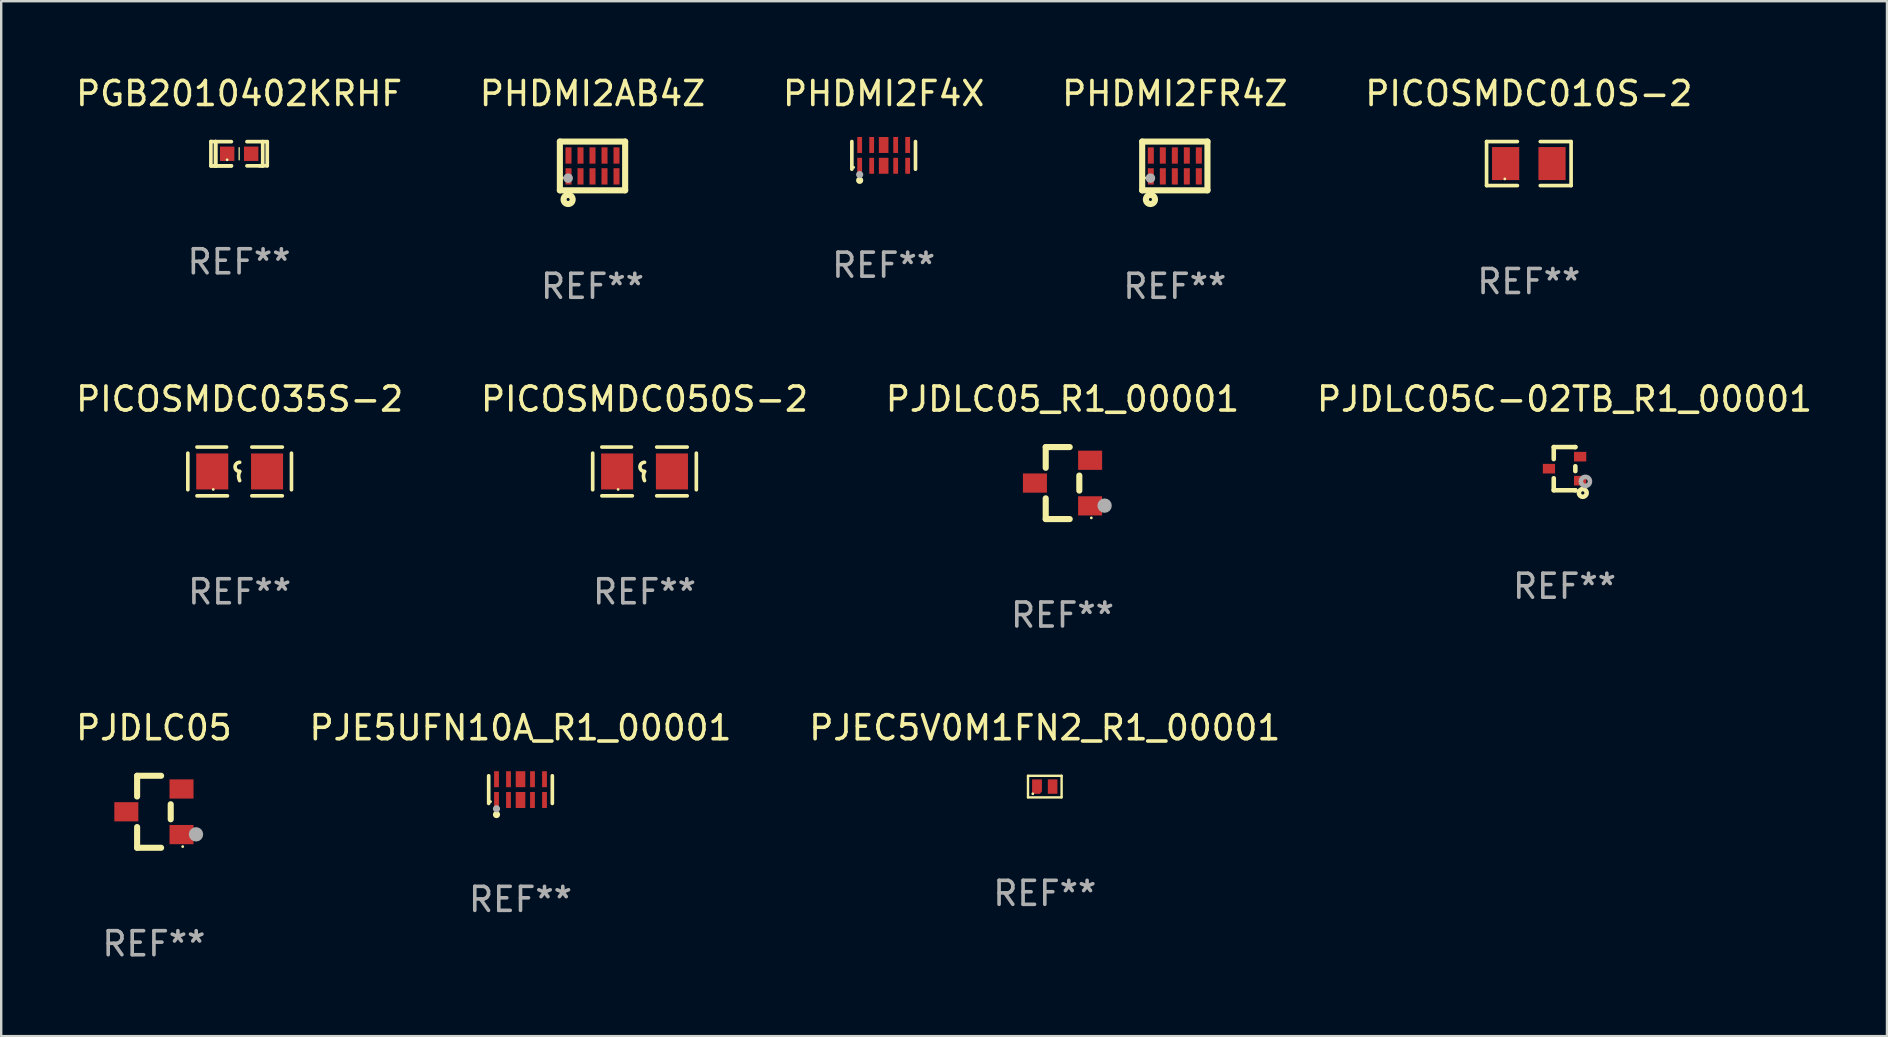
<source format=kicad_pcb>
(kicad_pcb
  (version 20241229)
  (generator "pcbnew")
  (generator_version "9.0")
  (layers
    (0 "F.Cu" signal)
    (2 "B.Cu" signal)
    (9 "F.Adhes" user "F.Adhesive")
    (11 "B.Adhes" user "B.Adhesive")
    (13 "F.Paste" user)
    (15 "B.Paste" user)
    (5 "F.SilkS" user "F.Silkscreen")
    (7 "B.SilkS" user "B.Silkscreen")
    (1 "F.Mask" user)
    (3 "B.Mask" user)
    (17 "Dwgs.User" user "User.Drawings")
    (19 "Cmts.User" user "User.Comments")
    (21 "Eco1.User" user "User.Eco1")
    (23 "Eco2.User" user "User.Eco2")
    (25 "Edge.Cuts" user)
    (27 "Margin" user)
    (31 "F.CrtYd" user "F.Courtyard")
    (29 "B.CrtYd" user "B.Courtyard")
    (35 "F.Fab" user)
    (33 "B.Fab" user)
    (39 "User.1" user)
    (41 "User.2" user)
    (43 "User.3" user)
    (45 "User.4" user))
  (footprint "PICOSMDC010S-2"
    (layer "F.Cu")
    (at 60.649 3.765)
    (property "Reference" "PICOSMDC010S-2" (at 0 -2.917 0) (layer "F.SilkS") (effects (font (size 1 1) (thickness 0.15))))
    (attr through_hole)
    (fp_line (start -1.761 -0.917) (end -0.476 -0.917) (stroke (width 0.152) (type solid)) (layer "F.SilkS"))
    (fp_line (start -1.761 0.917) (end -1.761 -0.917) (stroke (width 0.152) (type solid)) (layer "F.SilkS"))
    (fp_line (start -0.476 0.917) (end -1.761 0.917) (stroke (width 0.152) (type solid)) (layer "F.SilkS"))
    (fp_line (start 0.476 0.917) (end 1.761 0.917) (stroke (width 0.152) (type solid)) (layer "F.SilkS"))
    (fp_line (start 1.761 -0.917) (end 0.476 -0.917) (stroke (width 0.152) (type solid)) (layer "F.SilkS"))
    (fp_line (start 1.761 0.917) (end 1.761 -0.917) (stroke (width 0.152) (type solid)) (layer "F.SilkS"))
    (fp_circle (center -1 0.638) (end -0.97 0.638) (stroke (width 0.06) (type solid)) (fill no) (layer "F.SilkS"))
    (fp_text user "REF**" (at 0 4.917 0) (layer "F.Fab") (effects (font (size 1 1) (thickness 0.15))))
    (pad "1" smd rect (at -0.966 0) (size 1.133 1.377) (layers "F.Cu" "F.Mask" "F.Paste"))
    (pad "2" smd rect (at 0.966 0) (size 1.133 1.377) (layers "F.Cu" "F.Mask" "F.Paste")))
  (footprint "PJE5UFN10A_R1_00001"
    (layer "F.Cu")
    (at 18.637 29.849)
    (property "Reference" "PJE5UFN10A_R1_00001" (at 0 -2.576 0) (layer "F.SilkS") (effects (font (size 1 1) (thickness 0.15))))
    (attr through_hole)
    (fp_line (start -1.326 0.576) (end -1.326 -0.576) (stroke (width 0.152) (type solid)) (layer "F.SilkS"))
    (fp_line (start 1.326 0.576) (end 1.326 -0.576) (stroke (width 0.152) (type solid)) (layer "F.SilkS"))
    (fp_circle (center -1.25 0.5) (end -1.22 0.5) (stroke (width 0.06) (type solid)) (fill no) (layer "F.SilkS"))
    (fp_circle (center -1 1.04) (end -0.925 1.04) (stroke (width 0.15) (type solid)) (fill no) (layer "F.SilkS"))
    (fp_circle (center -1 0.8) (end -0.925 0.8) (stroke (width 0.15) (type solid)) (fill no) (layer "F.Fab"))
    (fp_text user "REF**" (at 0 4.576 0) (layer "F.Fab") (effects (font (size 1 1) (thickness 0.15))))
    (pad "1" smd rect (at -1 0.433) (size 0.2 0.665) (layers "F.Cu" "F.Mask" "F.Paste"))
    (pad "2" smd rect (at -0.5 0.433) (size 0.2 0.665) (layers "F.Cu" "F.Mask" "F.Paste"))
    (pad "3" smd rect (at 0 0.433) (size 0.4 0.665) (layers "F.Cu" "F.Mask" "F.Paste"))
    (pad "4" smd rect (at 0.5 0.433) (size 0.2 0.665) (layers "F.Cu" "F.Mask" "F.Paste"))
    (pad "5" smd rect (at 1 0.433) (size 0.2 0.665) (layers "F.Cu" "F.Mask" "F.Paste"))
    (pad "6" smd rect (at 1 -0.433) (size 0.2 0.665) (layers "F.Cu" "F.Mask" "F.Paste"))
    (pad "7" smd rect (at 0.5 -0.433) (size 0.2 0.665) (layers "F.Cu" "F.Mask" "F.Paste"))
    (pad "8" smd rect (at 0 -0.433) (size 0.4 0.665) (layers "F.Cu" "F.Mask" "F.Paste"))
    (pad "9" smd rect (at -0.5 -0.433) (size 0.2 0.665) (layers "F.Cu" "F.Mask" "F.Paste"))
    (pad "10" smd rect (at -1 -0.433) (size 0.2 0.665) (layers "F.Cu" "F.Mask" "F.Paste")))
  (footprint "PJEC5V0M1FN2_R1_00001"
    (layer "F.Cu")
    (at 40.482 29.723)
    (property "Reference" "PJEC5V0M1FN2_R1_00001" (at 0 -2.45 0) (layer "F.SilkS") (effects (font (size 1 1) (thickness 0.15))))
    (attr through_hole)
    (fp_line (start -0.7 -0.45) (end -0.7 0.45) (stroke (width 0.1) (type solid)) (layer "F.SilkS"))
    (fp_line (start -0.7 -0.45) (end 0.7 -0.45) (stroke (width 0.1) (type solid)) (layer "F.SilkS"))
    (fp_line (start -0.7 0.45) (end 0.69 0.45) (stroke (width 0.1) (type solid)) (layer "F.SilkS"))
    (fp_line (start 0.7 -0.45) (end 0.7 0.45) (stroke (width 0.1) (type solid)) (layer "F.SilkS"))
    (fp_circle (center -0.5 0.3) (end -0.47 0.3) (stroke (width 0.06) (type solid)) (fill no) (layer "F.SilkS"))
    (fp_text user "REF**" (at 0 4.45 0) (layer "F.Fab") (effects (font (size 1 1) (thickness 0.15))))
    (pad "1" smd custom (at -0.325 0) (size 0.41 0.6) (layers "F.Cu" "F.Mask" "F.Paste") (options (anchor circle)) (primitives (gr_poly (pts (xy -0.205 -0.3) (xy -0.205 0.3) (xy 0.125 0.3) (xy 0.205 0.2) (xy 0.205 -0.3) (xy -0.205 -0.3)) (width 0) (fill yes))))
    (pad "2" smd rect (at 0.325 0 90) (size 0.6 0.4) (layers "F.Cu" "F.Mask" "F.Paste")))
  (footprint "PJDLC05"
    (layer "F.Cu")
    (at 3.363 30.773)
    (property "Reference" "PJDLC05" (at 0 -3.5 0) (layer "F.SilkS") (effects (font (size 1 1) (thickness 0.15))))
    (attr through_hole)
    (fp_line (start -0.7 -1.5) (end 0.3 -1.5) (stroke (width 0.254) (type solid)) (layer "F.SilkS"))
    (fp_line (start -0.7 -0.636) (end -0.7 -1.5) (stroke (width 0.254) (type solid)) (layer "F.SilkS"))
    (fp_line (start -0.7 1.5) (end -0.7 0.636) (stroke (width 0.254) (type solid)) (layer "F.SilkS"))
    (fp_line (start -0.7 1.5) (end 0.3 1.5) (stroke (width 0.254) (type solid)) (layer "F.SilkS"))
    (fp_line (start 0.7 0.314) (end 0.7 -0.314) (stroke (width 0.254) (type solid)) (layer "F.SilkS"))
    (fp_circle (center 1.2 1.45) (end 1.23 1.45) (stroke (width 0.06) (type solid)) (fill no) (layer "F.SilkS"))
    (fp_circle (center 1.753 0.94) (end 1.903 0.94) (stroke (width 0.3) (type solid)) (fill no) (layer "F.Fab"))
    (fp_text user "REF**" (at 0 5.5 0) (layer "F.Fab") (effects (font (size 1 1) (thickness 0.15))))
    (pad "1" smd rect (at 1.15 0.95 180) (size 1 0.8) (layers "F.Cu" "F.Mask" "F.Paste"))
    (pad "2" smd rect (at 1.15 -0.95 180) (size 1 0.8) (layers "F.Cu" "F.Mask" "F.Paste"))
    (pad "3" smd rect (at -1.15 -0.000051 180) (size 1 0.8) (layers "F.Cu" "F.Mask" "F.Paste")))
  (footprint "PGB2010402KRHF"
    (layer "F.Cu")
    (at 6.911 3.354)
    (property "Reference" "PGB2010402KRHF" (at 0 -2.506 0) (layer "F.SilkS") (effects (font (size 1 1) (thickness 0.15))))
    (attr through_hole)
    (fp_line (start -1.174 -0.506) (end -0.977 -0.502) (stroke (width 0.152) (type solid)) (layer "F.SilkS"))
    (fp_line (start -1.174 0.506) (end -1.174 -0.506) (stroke (width 0.152) (type solid)) (layer "F.SilkS"))
    (fp_line (start -0.977 -0.502) (end -0.977 0.506) (stroke (width 0.152) (type solid)) (layer "F.SilkS"))
    (fp_line (start -0.977 -0.502) (end -0.977 0.506) (stroke (width 0.152) (type solid)) (layer "F.SilkS"))
    (fp_line (start -0.977 0.506) (end -1.166 0.506) (stroke (width 0.152) (type solid)) (layer "F.SilkS"))
    (fp_line (start -0.977 0.506) (end -0.32 0.506) (stroke (width 0.152) (type solid)) (layer "F.SilkS"))
    (fp_line (start -0.977 0.506) (end -0.32 0.506) (stroke (width 0.152) (type solid)) (layer "F.SilkS"))
    (fp_line (start -0.971 0.506) (end -1.174 0.506) (stroke (width 0.152) (type solid)) (layer "F.SilkS"))
    (fp_line (start -0.32 -0.502) (end -0.977 -0.502) (stroke (width 0.152) (type solid)) (layer "F.SilkS"))
    (fp_line (start 0.004 -0.252) (end 0.004 0.256) (stroke (width 0.051) (type solid)) (layer "F.SilkS"))
    (fp_line (start 0.328 0.506) (end 0.985 0.506) (stroke (width 0.152) (type solid)) (layer "F.SilkS"))
    (fp_line (start 0.985 -0.502) (end 0.328 -0.502) (stroke (width 0.152) (type solid)) (layer "F.SilkS"))
    (fp_line (start 0.985 -0.502) (end 1.174 -0.502) (stroke (width 0.152) (type solid)) (layer "F.SilkS"))
    (fp_line (start 0.985 0.506) (end 0.985 -0.502) (stroke (width 0.152) (type solid)) (layer "F.SilkS"))
    (fp_line (start 1.174 -0.502) (end 1.174 0.502) (stroke (width 0.152) (type solid)) (layer "F.SilkS"))
    (fp_line (start 1.174 0.502) (end 0.851 0.502) (stroke (width 0.152) (type solid)) (layer "F.SilkS"))
    (fp_circle (center -0.497 0.253) (end -0.467 0.253) (stroke (width 0.06) (type solid)) (fill no) (layer "F.SilkS"))
    (fp_text user "REF**" (at 0 4.506 0) (layer "F.Fab") (effects (font (size 1 1) (thickness 0.15))))
    (pad "1" smd rect (at -0.496 0.002) (size 0.6 0.6) (layers "F.Cu" "F.Mask" "F.Paste"))
    (pad "2" smd rect (at 0.504 0.002) (size 0.6 0.6) (layers "F.Cu" "F.Mask" "F.Paste")))
  (footprint "PHDMI2F4X"
    (layer "F.Cu")
    (at 33.768 3.424)
    (property "Reference" "PHDMI2F4X" (at 0 -2.576 0) (layer "F.SilkS") (effects (font (size 1 1) (thickness 0.15))))
    (attr through_hole)
    (fp_line (start -1.326 0.576) (end -1.326 -0.576) (stroke (width 0.152) (type solid)) (layer "F.SilkS"))
    (fp_line (start 1.326 0.576) (end 1.326 -0.576) (stroke (width 0.152) (type solid)) (layer "F.SilkS"))
    (fp_circle (center -1.25 0.5) (end -1.22 0.5) (stroke (width 0.06) (type solid)) (fill no) (layer "F.SilkS"))
    (fp_circle (center -1 1.04) (end -0.925 1.04) (stroke (width 0.15) (type solid)) (fill no) (layer "F.SilkS"))
    (fp_circle (center -1 0.8) (end -0.925 0.8) (stroke (width 0.15) (type solid)) (fill no) (layer "F.Fab"))
    (fp_text user "REF**" (at 0 4.576 0) (layer "F.Fab") (effects (font (size 1 1) (thickness 0.15))))
    (pad "1" smd rect (at -1 0.433) (size 0.2 0.665) (layers "F.Cu" "F.Mask" "F.Paste"))
    (pad "2" smd rect (at -0.5 0.433) (size 0.2 0.665) (layers "F.Cu" "F.Mask" "F.Paste"))
    (pad "3" smd rect (at 0 0.433) (size 0.4 0.665) (layers "F.Cu" "F.Mask" "F.Paste"))
    (pad "4" smd rect (at 0.5 0.433) (size 0.2 0.665) (layers "F.Cu" "F.Mask" "F.Paste"))
    (pad "5" smd rect (at 1 0.433) (size 0.2 0.665) (layers "F.Cu" "F.Mask" "F.Paste"))
    (pad "6" smd rect (at 1 -0.433) (size 0.2 0.665) (layers "F.Cu" "F.Mask" "F.Paste"))
    (pad "7" smd rect (at 0.5 -0.433) (size 0.2 0.665) (layers "F.Cu" "F.Mask" "F.Paste"))
    (pad "8" smd rect (at 0 -0.433) (size 0.4 0.665) (layers "F.Cu" "F.Mask" "F.Paste"))
    (pad "9" smd rect (at -0.5 -0.433) (size 0.2 0.665) (layers "F.Cu" "F.Mask" "F.Paste"))
    (pad "10" smd rect (at -1 -0.433) (size 0.2 0.665) (layers "F.Cu" "F.Mask" "F.Paste")))
  (footprint "PHDMI2FR4Z"
    (layer "F.Cu")
    (at 45.899 3.864)
    (property "Reference" "PHDMI2FR4Z" (at 0 -3.016 0) (layer "F.SilkS") (effects (font (size 1 1) (thickness 0.15))))
    (attr through_hole)
    (fp_line (start -1.36 1.016) (end 1.36 1.016) (stroke (width 0.254) (type solid)) (layer "F.SilkS"))
    (fp_line (start -1.36 -1.016) (end -1.36 1.016) (stroke (width 0.254) (type solid)) (layer "F.SilkS"))
    (fp_line (start -1.36 -1.016) (end 1.36 -1.016) (stroke (width 0.254) (type solid)) (layer "F.SilkS"))
    (fp_line (start 1.36 -1.016) (end 1.36 1.016) (stroke (width 0.254) (type solid)) (layer "F.SilkS"))
    (fp_circle (center -1.25 0.5) (end -1.22 0.5) (stroke (width 0.06) (type solid)) (fill no) (layer "F.SilkS"))
    (fp_circle (center -1.016 1.397) (end -0.953 1.397) (stroke (width 0.254) (type solid)) (fill no) (layer "F.SilkS"))
    (fp_circle (center -1.016 0.508) (end -0.916 0.508) (stroke (width 0.2) (type solid)) (fill no) (layer "F.Fab"))
    (fp_text user "REF**" (at 0 5.016 0) (layer "F.Fab") (effects (font (size 1 1) (thickness 0.15))))
    (pad "1" smd rect (at -1 0.435) (size 0.25 0.68) (layers "F.Cu" "F.Mask" "F.Paste"))
    (pad "2" smd rect (at -0.5 0.435) (size 0.25 0.68) (layers "F.Cu" "F.Mask" "F.Paste"))
    (pad "3" smd rect (at 0 0.435) (size 0.25 0.68) (layers "F.Cu" "F.Mask" "F.Paste"))
    (pad "4" smd rect (at 0.5 0.435) (size 0.25 0.68) (layers "F.Cu" "F.Mask" "F.Paste"))
    (pad "5" smd rect (at 1 0.435) (size 0.25 0.68) (layers "F.Cu" "F.Mask" "F.Paste"))
    (pad "6" smd rect (at 1 -0.435) (size 0.25 0.68) (layers "F.Cu" "F.Mask" "F.Paste"))
    (pad "7" smd rect (at 0.5 -0.435) (size 0.25 0.68) (layers "F.Cu" "F.Mask" "F.Paste"))
    (pad "8" smd rect (at 0 -0.435) (size 0.25 0.68) (layers "F.Cu" "F.Mask" "F.Paste"))
    (pad "9" smd rect (at -0.5 -0.435) (size 0.25 0.68) (layers "F.Cu" "F.Mask" "F.Paste"))
    (pad "10" smd rect (at -1 -0.435) (size 0.25 0.68) (layers "F.Cu" "F.Mask" "F.Paste")))
  (footprint "PJDLC05_R1_00001"
    (layer "F.Cu")
    (at 41.22 17.077)
    (property "Reference" "PJDLC05_R1_00001" (at 0 -3.5 0) (layer "F.SilkS") (effects (font (size 1 1) (thickness 0.15))))
    (attr through_hole)
    (fp_line (start -0.7 -1.5) (end 0.3 -1.5) (stroke (width 0.254) (type solid)) (layer "F.SilkS"))
    (fp_line (start -0.7 -0.636) (end -0.7 -1.5) (stroke (width 0.254) (type solid)) (layer "F.SilkS"))
    (fp_line (start -0.7 1.5) (end -0.7 0.636) (stroke (width 0.254) (type solid)) (layer "F.SilkS"))
    (fp_line (start -0.7 1.5) (end 0.3 1.5) (stroke (width 0.254) (type solid)) (layer "F.SilkS"))
    (fp_line (start 0.7 0.314) (end 0.7 -0.314) (stroke (width 0.254) (type solid)) (layer "F.SilkS"))
    (fp_circle (center 1.2 1.45) (end 1.23 1.45) (stroke (width 0.06) (type solid)) (fill no) (layer "F.SilkS"))
    (fp_circle (center 1.753 0.94) (end 1.903 0.94) (stroke (width 0.3) (type solid)) (fill no) (layer "F.Fab"))
    (fp_text user "REF**" (at 0 5.5 0) (layer "F.Fab") (effects (font (size 1 1) (thickness 0.15))))
    (pad "1" smd rect (at 1.15 0.95 180) (size 1 0.8) (layers "F.Cu" "F.Mask" "F.Paste"))
    (pad "2" smd rect (at 1.15 -0.95 180) (size 1 0.8) (layers "F.Cu" "F.Mask" "F.Paste"))
    (pad "3" smd rect (at -1.15 -0.000051 180) (size 1 0.8) (layers "F.Cu" "F.Mask" "F.Paste")))
  (footprint "PHDMI2AB4Z"
    (layer "F.Cu")
    (at 21.637 3.864)
    (property "Reference" "PHDMI2AB4Z" (at 0 -3.016 0) (layer "F.SilkS") (effects (font (size 1 1) (thickness 0.15))))
    (attr through_hole)
    (fp_line (start -1.36 1.016) (end 1.36 1.016) (stroke (width 0.254) (type solid)) (layer "F.SilkS"))
    (fp_line (start -1.36 -1.016) (end -1.36 1.016) (stroke (width 0.254) (type solid)) (layer "F.SilkS"))
    (fp_line (start -1.36 -1.016) (end 1.36 -1.016) (stroke (width 0.254) (type solid)) (layer "F.SilkS"))
    (fp_line (start 1.36 -1.016) (end 1.36 1.016) (stroke (width 0.254) (type solid)) (layer "F.SilkS"))
    (fp_circle (center -1.25 0.5) (end -1.22 0.5) (stroke (width 0.06) (type solid)) (fill no) (layer "F.SilkS"))
    (fp_circle (center -1.016 1.397) (end -0.953 1.397) (stroke (width 0.254) (type solid)) (fill no) (layer "F.SilkS"))
    (fp_circle (center -1.016 0.508) (end -0.916 0.508) (stroke (width 0.2) (type solid)) (fill no) (layer "F.Fab"))
    (fp_text user "REF**" (at 0 5.016 0) (layer "F.Fab") (effects (font (size 1 1) (thickness 0.15))))
    (pad "1" smd rect (at -1 0.435) (size 0.25 0.68) (layers "F.Cu" "F.Mask" "F.Paste"))
    (pad "2" smd rect (at -0.5 0.435) (size 0.25 0.68) (layers "F.Cu" "F.Mask" "F.Paste"))
    (pad "3" smd rect (at 0 0.435) (size 0.25 0.68) (layers "F.Cu" "F.Mask" "F.Paste"))
    (pad "4" smd rect (at 0.5 0.435) (size 0.25 0.68) (layers "F.Cu" "F.Mask" "F.Paste"))
    (pad "5" smd rect (at 1 0.435) (size 0.25 0.68) (layers "F.Cu" "F.Mask" "F.Paste"))
    (pad "6" smd rect (at 1 -0.435) (size 0.25 0.68) (layers "F.Cu" "F.Mask" "F.Paste"))
    (pad "7" smd rect (at 0.5 -0.435) (size 0.25 0.68) (layers "F.Cu" "F.Mask" "F.Paste"))
    (pad "8" smd rect (at 0 -0.435) (size 0.25 0.68) (layers "F.Cu" "F.Mask" "F.Paste"))
    (pad "9" smd rect (at -0.5 -0.435) (size 0.25 0.68) (layers "F.Cu" "F.Mask" "F.Paste"))
    (pad "10" smd rect (at -1 -0.435) (size 0.25 0.68) (layers "F.Cu" "F.Mask" "F.Paste")))
  (footprint "PICOSMDC035S-2"
    (layer "F.Cu")
    (at 6.935 16.593)
    (property "Reference" "PICOSMDC035S-2" (at 0 -3.016 0) (layer "F.SilkS") (effects (font (size 1 1) (thickness 0.15))))
    (attr through_hole)
    (fp_line (start -2.159 -0.762) (end -2.159 0.762) (stroke (width 0.152) (type solid)) (layer "F.SilkS"))
    (fp_line (start -1.778 -1.016) (end -0.545 -1.016) (stroke (width 0.152) (type solid)) (layer "F.SilkS"))
    (fp_line (start -0.508 1.016) (end -1.778 1.016) (stroke (width 0.152) (type solid)) (layer "F.SilkS"))
    (fp_line (start 0.508 1.016) (end 1.778 1.016) (stroke (width 0.152) (type solid)) (layer "F.SilkS"))
    (fp_line (start 1.778 -1.016) (end 0.508 -1.016) (stroke (width 0.152) (type solid)) (layer "F.SilkS"))
    (fp_line (start 2.159 -0.762) (end 2.159 0.762) (stroke (width 0.152) (type solid)) (layer "F.SilkS"))
    (fp_arc (start 0 0) (mid -0.1905 -0.1905) (end 0 -0.381) (stroke (width 0.151994) (type solid)) (layer "F.SilkS"))
    (fp_arc (start 0 0.381001) (mid -0.044971 0.1905) (end 0 0) (stroke (width 0.151994) (type solid)) (layer "F.SilkS"))
    (fp_circle (center -1.1 0.75) (end -1.07 0.75) (stroke (width 0.06) (type solid)) (fill no) (layer "F.SilkS"))
    (fp_text user "REF**" (at 0 5.016 0) (layer "F.Fab") (effects (font (size 1 1) (thickness 0.15))))
    (pad "1" smd rect (at -1.142 0) (size 1.335 1.5) (layers "F.Cu" "F.Mask" "F.Paste"))
    (pad "2" smd rect (at 1.142 0) (size 1.335 1.5) (layers "F.Cu" "F.Mask" "F.Paste")))
  (footprint "PJDLC05C-02TB_R1_00001"
    (layer "F.Cu")
    (at 62.137 16.477)
    (property "Reference" "PJDLC05C-02TB_R1_00001" (at 0 -2.9 0) (layer "F.SilkS") (effects (font (size 1 1) (thickness 0.15))))
    (attr through_hole)
    (fp_line (start -0.45 -0.9) (end 0.45 -0.9) (stroke (width 0.19) (type solid)) (layer "F.SilkS"))
    (fp_line (start -0.45 -0.399) (end -0.45 -0.9) (stroke (width 0.19) (type solid)) (layer "F.SilkS"))
    (fp_line (start -0.45 0.9) (end -0.45 0.399) (stroke (width 0.19) (type solid)) (layer "F.SilkS"))
    (fp_line (start -0.45 0.9) (end 0.45 0.9) (stroke (width 0.19) (type solid)) (layer "F.SilkS"))
    (fp_line (start 0.45 -0.899) (end 0.45 -0.9) (stroke (width 0.19) (type solid)) (layer "F.SilkS"))
    (fp_line (start 0.45 0.101) (end 0.45 -0.101) (stroke (width 0.19) (type solid)) (layer "F.SilkS"))
    (fp_line (start 0.45 0.9) (end 0.45 0.899) (stroke (width 0.19) (type solid)) (layer "F.SilkS"))
    (fp_circle (center 0.76 1.01) (end 0.827 1.01) (stroke (width 0.19) (type solid)) (fill no) (layer "F.SilkS"))
    (fp_circle (center 0.8 0.8) (end 0.81 0.8) (stroke (width 0.02) (type solid)) (fill no) (layer "F.SilkS"))
    (fp_circle (center 0.87 0.53) (end 0.964 0.53) (stroke (width 0.19) (type solid)) (fill no) (layer "F.Fab"))
    (fp_text user "REF**" (at 0 4.9 0) (layer "F.Fab") (effects (font (size 1 1) (thickness 0.15))))
    (pad "1" smd rect (at 0.65 0.5 90) (size 0.4 0.51) (layers "F.Cu" "F.Mask" "F.Paste"))
    (pad "2" smd rect (at 0.65 -0.5 90) (size 0.4 0.51) (layers "F.Cu" "F.Mask" "F.Paste"))
    (pad "3" smd rect (at -0.65 0.000127 90) (size 0.4 0.51) (layers "F.Cu" "F.Mask" "F.Paste")))
  (footprint "PICOSMDC050S-2"
    (layer "F.Cu")
    (at 23.804 16.593)
    (property "Reference" "PICOSMDC050S-2" (at 0 -3.016 0) (layer "F.SilkS") (effects (font (size 1 1) (thickness 0.15))))
    (attr through_hole)
    (fp_line (start -2.159 -0.762) (end -2.159 0.762) (stroke (width 0.152) (type solid)) (layer "F.SilkS"))
    (fp_line (start -1.778 -1.016) (end -0.545 -1.016) (stroke (width 0.152) (type solid)) (layer "F.SilkS"))
    (fp_line (start -0.508 1.016) (end -1.778 1.016) (stroke (width 0.152) (type solid)) (layer "F.SilkS"))
    (fp_line (start 0.508 1.016) (end 1.778 1.016) (stroke (width 0.152) (type solid)) (layer "F.SilkS"))
    (fp_line (start 1.778 -1.016) (end 0.508 -1.016) (stroke (width 0.152) (type solid)) (layer "F.SilkS"))
    (fp_line (start 2.159 -0.762) (end 2.159 0.762) (stroke (width 0.152) (type solid)) (layer "F.SilkS"))
    (fp_arc (start 0 0) (mid -0.1905 -0.1905) (end 0 -0.381) (stroke (width 0.151994) (type solid)) (layer "F.SilkS"))
    (fp_arc (start 0 0.381001) (mid -0.044971 0.1905) (end 0 0) (stroke (width 0.151994) (type solid)) (layer "F.SilkS"))
    (fp_circle (center -1.1 0.75) (end -1.07 0.75) (stroke (width 0.06) (type solid)) (fill no) (layer "F.SilkS"))
    (fp_text user "REF**" (at 0 5.016 0) (layer "F.Fab") (effects (font (size 1 1) (thickness 0.15))))
    (pad "1" smd rect (at -1.142 0) (size 1.335 1.5) (layers "F.Cu" "F.Mask" "F.Paste"))
    (pad "2" smd rect (at 1.142 0) (size 1.335 1.5) (layers "F.Cu" "F.Mask" "F.Paste")))
  (gr_rect
    (start -3 -3)
    (end 75.571 40.122)
    (stroke (width 0.1) (type default))
    (fill no)
    (layer "Edge.Cuts")))
</source>
